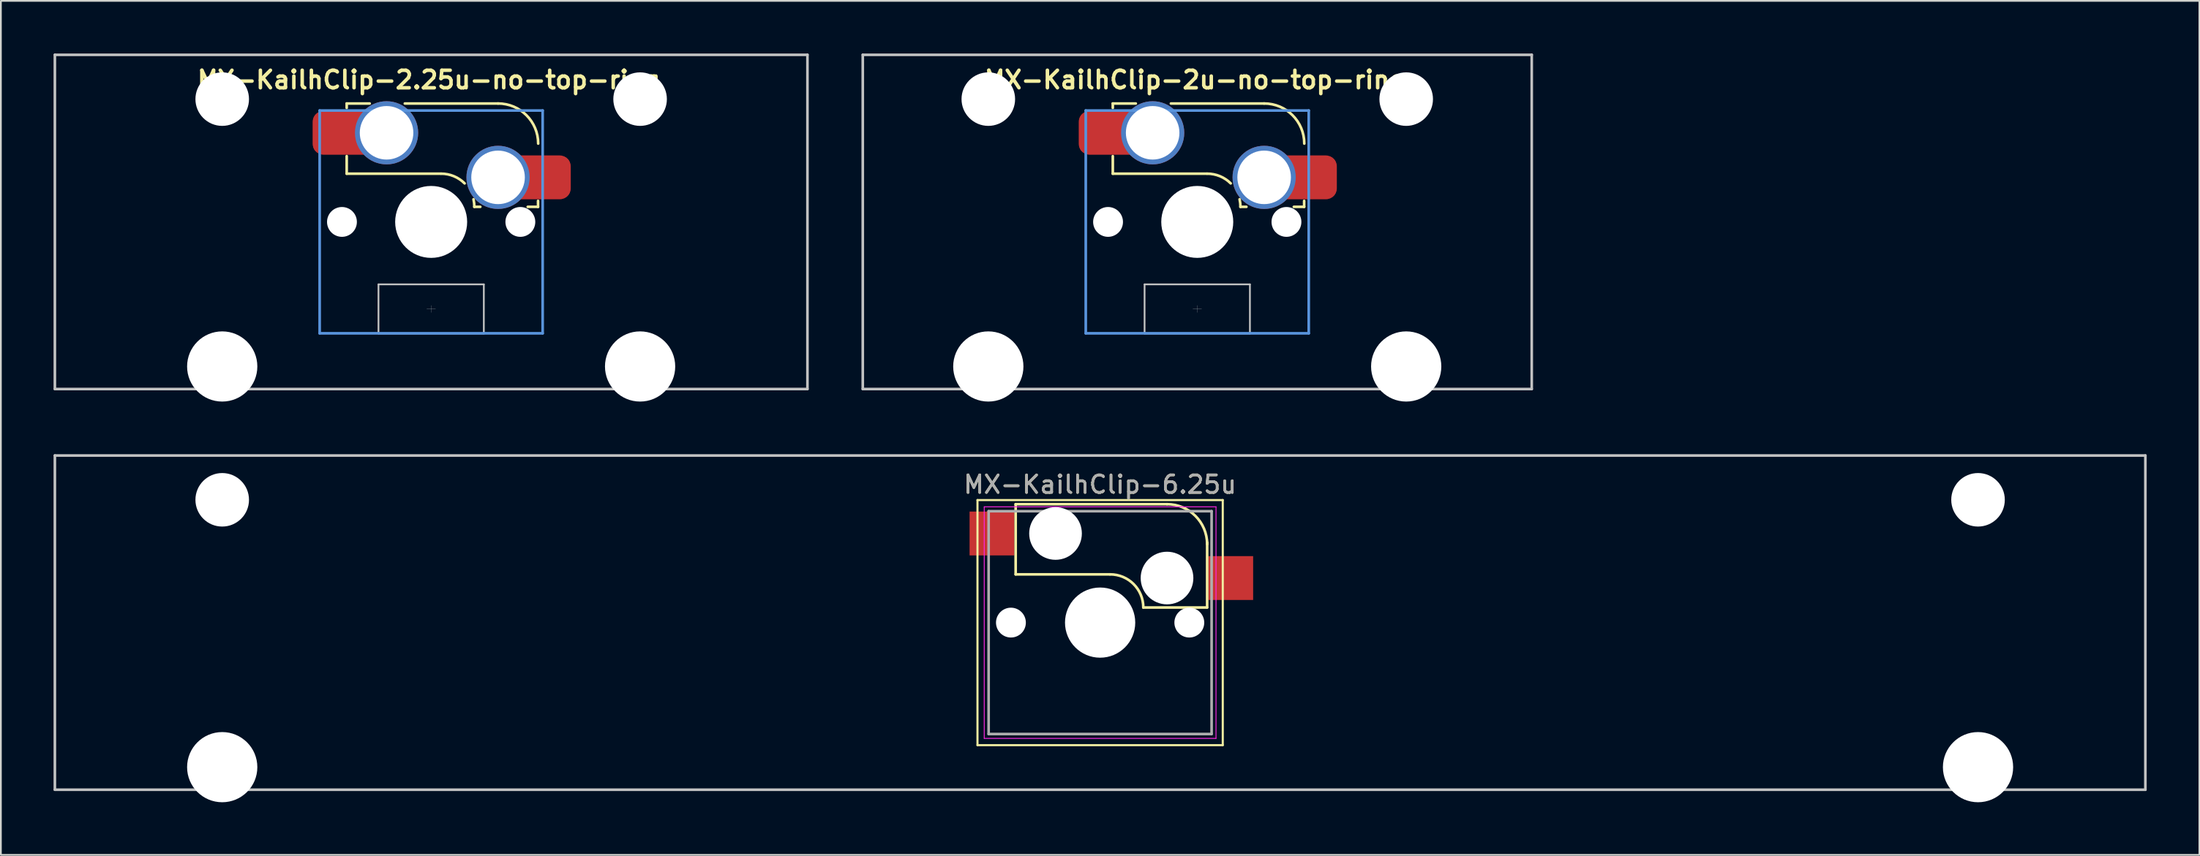
<source format=kicad_pcb>
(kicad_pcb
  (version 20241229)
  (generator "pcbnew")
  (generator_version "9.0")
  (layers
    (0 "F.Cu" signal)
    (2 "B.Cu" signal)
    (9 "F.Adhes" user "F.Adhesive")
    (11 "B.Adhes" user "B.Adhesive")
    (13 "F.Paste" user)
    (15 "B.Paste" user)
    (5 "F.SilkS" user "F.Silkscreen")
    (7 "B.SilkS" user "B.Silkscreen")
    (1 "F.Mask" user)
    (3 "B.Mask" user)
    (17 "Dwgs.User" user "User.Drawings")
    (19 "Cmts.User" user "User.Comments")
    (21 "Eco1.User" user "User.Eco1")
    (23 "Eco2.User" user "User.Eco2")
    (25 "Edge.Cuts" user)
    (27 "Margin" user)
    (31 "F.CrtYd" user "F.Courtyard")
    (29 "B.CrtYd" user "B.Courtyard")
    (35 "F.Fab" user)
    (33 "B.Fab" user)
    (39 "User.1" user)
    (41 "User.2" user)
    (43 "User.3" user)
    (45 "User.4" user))
  (footprint "MX-KailhClip-2.25u-no-top-ring"
    (layer "F.Cu")
    (at 21.506 9.6)
    (property "Reference" "MX-KailhClip-2.25u-no-top-ring" (at -0.13 -8.1 0) (layer "F.SilkS") (effects (font (size 1 1) (thickness 0.2))))
    (attr smd)
    (fp_line (start -4.81 -6.75) (end -4.81 -6.5) (stroke (width 0.15) (type solid)) (layer "F.SilkS"))
    (fp_line (start -4.81 -6.75) (end -3.5 -6.75) (stroke (width 0.15) (type solid)) (layer "F.SilkS"))
    (fp_line (start -4.81 -3.75) (end -4.81 -2.75) (stroke (width 0.15) (type solid)) (layer "F.SilkS"))
    (fp_line (start -4.81 -2.75) (end 0.55 -2.75) (stroke (width 0.15) (type solid)) (layer "F.SilkS"))
    (fp_line (start -1.5 -6.75) (end 3.81 -6.75) (stroke (width 0.15) (type solid)) (layer "F.SilkS"))
    (fp_line (start 2.8 -0.86) (end 2.46 -0.86) (stroke (width 0.15) (type solid)) (layer "F.SilkS"))
    (fp_line (start 6.088 -1.2) (end 6.088 -0.86) (stroke (width 0.15) (type solid)) (layer "F.SilkS"))
    (fp_line (start 6.088 -0.86) (end 5.5 -0.86) (stroke (width 0.15) (type solid)) (layer "F.SilkS"))
    (fp_arc (start 0.57 -2.75) (mid 1.293272 -2.606132) (end 1.906432 -2.196432) (stroke (width 0.15) (type solid)) (layer "F.SilkS"))
    (fp_arc (start 2.412003 -1.288719) (mid 2.447963 -1.075699) (end 2.46 -0.86) (stroke (width 0.15) (type solid)) (layer "F.SilkS"))
    (fp_arc (start 3.81 -6.751) (mid 5.426446 -6.081446) (end 6.096 -4.465) (stroke (width 0.15) (type solid)) (layer "F.SilkS"))
    (fp_line (start -21.431 -9.525) (end 21.431 -9.525) (stroke (width 0.15) (type solid)) (layer "Dwgs.User"))
    (fp_line (start -21.431 9.525) (end -21.431 -9.525) (stroke (width 0.15) (type solid)) (layer "Dwgs.User"))
    (fp_line (start -9.55 0) (end -9.5 -0.1) (stroke (width 0.001) (type solid)) (layer "Dwgs.User"))
    (fp_line (start -9.55 0) (end -9.5 0.1) (stroke (width 0.001) (type solid)) (layer "Dwgs.User"))
    (fp_line (start -9.5 -9.5) (end 9.5 -9.5) (stroke (width 0.001) (type solid)) (layer "Dwgs.User"))
    (fp_line (start -9.5 0) (end -9.55 0) (stroke (width 0.001) (type solid)) (layer "Dwgs.User"))
    (fp_line (start -9.5 9.5) (end -9.5 -9.5) (stroke (width 0.001) (type solid)) (layer "Dwgs.User"))
    (fp_line (start -3 3.56) (end -3 6.36) (stroke (width 0.1) (type solid)) (layer "Dwgs.User"))
    (fp_line (start -3 3.56) (end 3 3.56) (stroke (width 0.1) (type solid)) (layer "Dwgs.User"))
    (fp_line (start -0.25 4.96) (end 0.25 4.96) (stroke (width 0.01) (type solid)) (layer "Dwgs.User"))
    (fp_line (start 0 -9.55) (end -0.1 -9.5) (stroke (width 0.001) (type solid)) (layer "Dwgs.User"))
    (fp_line (start 0 -9.55) (end 0.1 -9.5) (stroke (width 0.001) (type solid)) (layer "Dwgs.User"))
    (fp_line (start 0 -9.5) (end 0 -9.55) (stroke (width 0.001) (type solid)) (layer "Dwgs.User"))
    (fp_line (start 0 5.16) (end 0 4.76) (stroke (width 0.01) (type solid)) (layer "Dwgs.User"))
    (fp_line (start 0 9.5) (end 0 9.55) (stroke (width 0.001) (type solid)) (layer "Dwgs.User"))
    (fp_line (start 0 9.55) (end -0.1 9.5) (stroke (width 0.001) (type solid)) (layer "Dwgs.User"))
    (fp_line (start 0 9.55) (end 0.1 9.5) (stroke (width 0.001) (type solid)) (layer "Dwgs.User"))
    (fp_line (start 3 3.56) (end 3 6.36) (stroke (width 0.1) (type solid)) (layer "Dwgs.User"))
    (fp_line (start 3 6.36) (end -3 6.36) (stroke (width 0.1) (type solid)) (layer "Dwgs.User"))
    (fp_line (start 9.5 -9.5) (end 9.5 9.5) (stroke (width 0.001) (type solid)) (layer "Dwgs.User"))
    (fp_line (start 9.5 0) (end 9.55 0) (stroke (width 0.001) (type solid)) (layer "Dwgs.User"))
    (fp_line (start 9.5 9.5) (end -9.5 9.5) (stroke (width 0.001) (type solid)) (layer "Dwgs.User"))
    (fp_line (start 9.55 0) (end 9.5 -0.1) (stroke (width 0.001) (type solid)) (layer "Dwgs.User"))
    (fp_line (start 9.55 0) (end 9.5 0.1) (stroke (width 0.001) (type solid)) (layer "Dwgs.User"))
    (fp_line (start 21.431 -9.525) (end 21.431 9.525) (stroke (width 0.15) (type solid)) (layer "Dwgs.User"))
    (fp_line (start 21.431 9.525) (end -21.431 9.525) (stroke (width 0.15) (type solid)) (layer "Dwgs.User"))
    (fp_line (start -6.35 -6.35) (end 6.35 -6.35) (stroke (width 0.152) (type solid)) (layer "Cmts.User"))
    (fp_line (start -6.35 6.35) (end -6.35 -6.35) (stroke (width 0.152) (type solid)) (layer "Cmts.User"))
    (fp_line (start 0 1) (end 0 -1) (stroke (width 0.001) (type solid)) (layer "Cmts.User"))
    (fp_line (start 1 0) (end -1 0) (stroke (width 0.001) (type solid)) (layer "Cmts.User"))
    (fp_line (start 6.35 -6.35) (end 6.35 6.35) (stroke (width 0.152) (type solid)) (layer "Cmts.User"))
    (fp_line (start 6.35 6.35) (end -6.35 6.35) (stroke (width 0.152) (type solid)) (layer "Cmts.User"))
    (fp_line (start -7.8 -6.985) (end 7.8 -6.985) (stroke (width 0.152) (type solid)) (layer "Eco1.User"))
    (fp_line (start -7.8 6.985) (end -7.8 -6.985) (stroke (width 0.152) (type solid)) (layer "Eco1.User"))
    (fp_line (start 7.8 -6.985) (end 7.8 6.985) (stroke (width 0.152) (type solid)) (layer "Eco1.User"))
    (fp_line (start 7.8 6.985) (end -7.8 6.985) (stroke (width 0.152) (type solid)) (layer "Eco1.User"))
    (fp_line (start -7 -7) (end 7 -7) (stroke (width 0.01) (type solid)) (layer "Eco2.User"))
    (fp_line (start -7 7) (end -7 -7) (stroke (width 0.01) (type solid)) (layer "Eco2.User"))
    (fp_line (start 7 -7) (end 7 7) (stroke (width 0.01) (type solid)) (layer "Eco2.User"))
    (fp_line (start 7 7) (end -7 7) (stroke (width 0.01) (type solid)) (layer "Eco2.User"))
    (pad "" np_thru_hole circle (at -11.9 -7) (size 3.05 3.05) (drill 3.05) (layers "*.Cu" "*.Mask"))
    (pad "" np_thru_hole circle (at -11.9 8.24) (size 4 4) (drill 4) (layers "*.Cu" "*.Mask"))
    (pad "" np_thru_hole circle (at -5.08 0) (size 1.7 1.7) (drill 1.7) (layers "*.Cu" "*.Mask"))
    (pad "" np_thru_hole circle (at 0 0) (size 4.1 4.1) (drill 4.1) (layers "*.Cu" "*.Mask"))
    (pad "" np_thru_hole circle (at 5.08 0) (size 1.7 1.7) (drill 1.7) (layers "*.Cu" "*.Mask"))
    (pad "" np_thru_hole circle (at 11.9 -7) (size 3.05 3.05) (drill 3.05) (layers "*.Cu" "*.Mask"))
    (pad "" np_thru_hole circle (at 11.9 8.24) (size 4 4) (drill 4) (layers "*.Cu" "*.Mask"))
    (pad "1" smd roundrect (at -5.7 -5.075) (size 2.05 2.4) (layers "F.Cu" "F.Mask" "F.Paste") (roundrect_rratio 0.25))
    (pad "1" smd roundrect (at -5 -5.08) (size 3.5 2.5) (layers "F.Cu") (roundrect_rratio 0.25))
    (pad "1" thru_hole circle (at -2.54 -5.08) (size 3.6 3.6) (drill 3.05) (layers "*.Cu" "F.Mask"))
    (pad "2" thru_hole circle (at 3.81 -2.54) (size 3.6 3.6) (drill 3.05) (layers "*.Cu" "F.Mask"))
    (pad "2" smd roundrect (at 6.2 -2.54) (size 3.5 2.5) (layers "F.Cu") (roundrect_rratio 0.25))
    (pad "2" smd roundrect (at 6.9 -2.54) (size 2.05 2.4) (layers "F.Cu" "F.Mask" "F.Paste") (roundrect_rratio 0.25)))
  (footprint "MX-KailhClip-6.25u"
    (layer "F.Cu")
    (at 59.606 32.44)
    (property "Reference" "MX-KailhClip-6.25u" (at 0 -7.874 0) (layer "F.SilkS") (effects (font (size 1 1) (thickness 0.15))))
    (attr through_hole)
    (fp_line (start -6.985 -6.985) (end 6.985 -6.985) (stroke (width 0.12) (type solid)) (layer "F.SilkS"))
    (fp_line (start -6.985 6.985) (end -6.985 -6.985) (stroke (width 0.12) (type solid)) (layer "F.SilkS"))
    (fp_line (start -4.81 -6.75) (end -4.81 -2.75) (stroke (width 0.15) (type solid)) (layer "F.SilkS"))
    (fp_line (start -4.81 -6.75) (end 3.81 -6.75) (stroke (width 0.15) (type solid)) (layer "F.SilkS"))
    (fp_line (start -4.81 -2.75) (end 0.55 -2.75) (stroke (width 0.15) (type solid)) (layer "F.SilkS"))
    (fp_line (start 6.088 -0.86) (end 2.46 -0.86) (stroke (width 0.15) (type solid)) (layer "F.SilkS"))
    (fp_line (start 6.096 -4.572) (end 6.096 -0.86) (stroke (width 0.15) (type solid)) (layer "F.SilkS"))
    (fp_line (start 6.985 -6.985) (end 6.985 6.985) (stroke (width 0.12) (type solid)) (layer "F.SilkS"))
    (fp_line (start 6.985 6.985) (end -6.985 6.985) (stroke (width 0.12) (type solid)) (layer "F.SilkS"))
    (fp_arc (start 0.57 -2.75) (mid 1.906432 -2.196432) (end 2.46 -0.86) (stroke (width 0.15) (type solid)) (layer "F.SilkS"))
    (fp_arc (start 3.81 -6.751) (mid 5.426446 -6.081446) (end 6.096 -4.465) (stroke (width 0.15) (type solid)) (layer "F.SilkS"))
    (fp_line (start -59.531 -9.525) (end 59.531 -9.525) (stroke (width 0.15) (type solid)) (layer "Dwgs.User"))
    (fp_line (start -59.531 9.525) (end -59.531 -9.525) (stroke (width 0.15) (type solid)) (layer "Dwgs.User"))
    (fp_line (start 59.531 -9.525) (end 59.531 9.525) (stroke (width 0.15) (type solid)) (layer "Dwgs.User"))
    (fp_line (start 59.531 9.525) (end -59.531 9.525) (stroke (width 0.15) (type solid)) (layer "Dwgs.User"))
    (fp_line (start -6.6 -6.6) (end 6.6 -6.6) (stroke (width 0.05) (type solid)) (layer "F.CrtYd"))
    (fp_line (start -6.6 6.6) (end -6.6 -6.6) (stroke (width 0.05) (type solid)) (layer "F.CrtYd"))
    (fp_line (start 6.6 -6.6) (end 6.6 6.6) (stroke (width 0.05) (type solid)) (layer "F.CrtYd"))
    (fp_line (start 6.6 6.6) (end -6.6 6.6) (stroke (width 0.05) (type solid)) (layer "F.CrtYd"))
    (fp_line (start -6.35 -6.35) (end 6.35 -6.35) (stroke (width 0.15) (type solid)) (layer "F.Fab"))
    (fp_line (start -6.35 6.35) (end -6.35 -6.35) (stroke (width 0.15) (type solid)) (layer "F.Fab"))
    (fp_line (start 6.35 -6.35) (end 6.35 6.35) (stroke (width 0.15) (type solid)) (layer "F.Fab"))
    (fp_line (start 6.35 6.35) (end -6.35 6.35) (stroke (width 0.15) (type solid)) (layer "F.Fab"))
    (fp_text user "${REFERENCE}" (at 0 -7.874 0) (layer "F.Fab") (effects (font (size 1 1) (thickness 0.15))))
    (pad "" np_thru_hole circle (at -50 -7) (size 3.05 3.05) (drill 3.05) (layers "*.Cu" "*.Mask"))
    (pad "" np_thru_hole circle (at -50 8.24) (size 4 4) (drill 4) (layers "*.Cu" "*.Mask"))
    (pad "" np_thru_hole circle (at -5.08 0) (size 1.7 1.7) (drill 1.7) (layers "*.Cu" "*.Mask"))
    (pad "" np_thru_hole circle (at -2.54 -5.08) (size 3 3) (drill 3) (layers "*.Cu" "*.Mask"))
    (pad "" np_thru_hole circle (at 0 0) (size 4 4) (drill 4) (layers "*.Cu" "*.Mask"))
    (pad "" np_thru_hole circle (at 3.81 -2.54) (size 3 3) (drill 3) (layers "*.Cu" "*.Mask"))
    (pad "" np_thru_hole circle (at 5.08 0) (size 1.7 1.7) (drill 1.7) (layers "*.Cu" "*.Mask"))
    (pad "" np_thru_hole circle (at 50 -7) (size 3.05 3.05) (drill 3.05) (layers "*.Cu" "*.Mask"))
    (pad "" np_thru_hole circle (at 50 8.24) (size 4 4) (drill 4) (layers "*.Cu" "*.Mask"))
    (pad "1" smd rect (at -6.16 -5.08) (size 2.55 2.5) (layers "F.Cu" "F.Mask" "F.Paste"))
    (pad "2" smd rect (at 7.44 -2.54) (size 2.55 2.5) (layers "F.Cu" "F.Mask" "F.Paste")))
  (footprint "MX-KailhClip-2u-no-top-ring"
    (layer "F.Cu")
    (at 65.138 9.6)
    (property "Reference" "MX-KailhClip-2u-no-top-ring" (at -0.13 -8.1 0) (layer "F.SilkS") (effects (font (size 1 1) (thickness 0.2))))
    (attr smd)
    (fp_line (start -4.81 -6.75) (end -4.81 -6.5) (stroke (width 0.15) (type solid)) (layer "F.SilkS"))
    (fp_line (start -4.81 -6.75) (end -3.5 -6.75) (stroke (width 0.15) (type solid)) (layer "F.SilkS"))
    (fp_line (start -4.81 -3.75) (end -4.81 -2.75) (stroke (width 0.15) (type solid)) (layer "F.SilkS"))
    (fp_line (start -4.81 -2.75) (end 0.55 -2.75) (stroke (width 0.15) (type solid)) (layer "F.SilkS"))
    (fp_line (start -1.5 -6.75) (end 3.81 -6.75) (stroke (width 0.15) (type solid)) (layer "F.SilkS"))
    (fp_line (start 2.8 -0.86) (end 2.46 -0.86) (stroke (width 0.15) (type solid)) (layer "F.SilkS"))
    (fp_line (start 6.088 -1.2) (end 6.088 -0.86) (stroke (width 0.15) (type solid)) (layer "F.SilkS"))
    (fp_line (start 6.088 -0.86) (end 5.5 -0.86) (stroke (width 0.15) (type solid)) (layer "F.SilkS"))
    (fp_arc (start 0.57 -2.75) (mid 1.293272 -2.606132) (end 1.906432 -2.196432) (stroke (width 0.15) (type solid)) (layer "F.SilkS"))
    (fp_arc (start 2.412003 -1.288719) (mid 2.447963 -1.075699) (end 2.46 -0.86) (stroke (width 0.15) (type solid)) (layer "F.SilkS"))
    (fp_arc (start 3.81 -6.751) (mid 5.426446 -6.081446) (end 6.096 -4.465) (stroke (width 0.15) (type solid)) (layer "F.SilkS"))
    (fp_line (start -19.05 -9.525) (end -19.05 9.525) (stroke (width 0.15) (type solid)) (layer "Dwgs.User"))
    (fp_line (start -19.05 9.525) (end 19.05 9.525) (stroke (width 0.15) (type solid)) (layer "Dwgs.User"))
    (fp_line (start -9.55 0) (end -9.5 -0.1) (stroke (width 0.001) (type solid)) (layer "Dwgs.User"))
    (fp_line (start -9.55 0) (end -9.5 0.1) (stroke (width 0.001) (type solid)) (layer "Dwgs.User"))
    (fp_line (start -9.5 -9.5) (end 9.5 -9.5) (stroke (width 0.001) (type solid)) (layer "Dwgs.User"))
    (fp_line (start -9.5 0) (end -9.55 0) (stroke (width 0.001) (type solid)) (layer "Dwgs.User"))
    (fp_line (start -9.5 9.5) (end -9.5 -9.5) (stroke (width 0.001) (type solid)) (layer "Dwgs.User"))
    (fp_line (start -3 3.56) (end -3 6.36) (stroke (width 0.1) (type solid)) (layer "Dwgs.User"))
    (fp_line (start -3 3.56) (end 3 3.56) (stroke (width 0.1) (type solid)) (layer "Dwgs.User"))
    (fp_line (start -0.25 4.96) (end 0.25 4.96) (stroke (width 0.01) (type solid)) (layer "Dwgs.User"))
    (fp_line (start 0 -9.55) (end -0.1 -9.5) (stroke (width 0.001) (type solid)) (layer "Dwgs.User"))
    (fp_line (start 0 -9.55) (end 0.1 -9.5) (stroke (width 0.001) (type solid)) (layer "Dwgs.User"))
    (fp_line (start 0 -9.5) (end 0 -9.55) (stroke (width 0.001) (type solid)) (layer "Dwgs.User"))
    (fp_line (start 0 5.16) (end 0 4.76) (stroke (width 0.01) (type solid)) (layer "Dwgs.User"))
    (fp_line (start 0 9.5) (end 0 9.55) (stroke (width 0.001) (type solid)) (layer "Dwgs.User"))
    (fp_line (start 0 9.55) (end -0.1 9.5) (stroke (width 0.001) (type solid)) (layer "Dwgs.User"))
    (fp_line (start 0 9.55) (end 0.1 9.5) (stroke (width 0.001) (type solid)) (layer "Dwgs.User"))
    (fp_line (start 3 3.56) (end 3 6.36) (stroke (width 0.1) (type solid)) (layer "Dwgs.User"))
    (fp_line (start 3 6.36) (end -3 6.36) (stroke (width 0.1) (type solid)) (layer "Dwgs.User"))
    (fp_line (start 9.5 -9.5) (end 9.5 9.5) (stroke (width 0.001) (type solid)) (layer "Dwgs.User"))
    (fp_line (start 9.5 0) (end 9.55 0) (stroke (width 0.001) (type solid)) (layer "Dwgs.User"))
    (fp_line (start 9.5 9.5) (end -9.5 9.5) (stroke (width 0.001) (type solid)) (layer "Dwgs.User"))
    (fp_line (start 9.55 0) (end 9.5 -0.1) (stroke (width 0.001) (type solid)) (layer "Dwgs.User"))
    (fp_line (start 9.55 0) (end 9.5 0.1) (stroke (width 0.001) (type solid)) (layer "Dwgs.User"))
    (fp_line (start 19.05 -9.525) (end -19.05 -9.525) (stroke (width 0.15) (type solid)) (layer "Dwgs.User"))
    (fp_line (start 19.05 9.525) (end 19.05 -9.525) (stroke (width 0.15) (type solid)) (layer "Dwgs.User"))
    (fp_line (start -6.35 -6.35) (end 6.35 -6.35) (stroke (width 0.152) (type solid)) (layer "Cmts.User"))
    (fp_line (start -6.35 6.35) (end -6.35 -6.35) (stroke (width 0.152) (type solid)) (layer "Cmts.User"))
    (fp_line (start 0 1) (end 0 -1) (stroke (width 0.001) (type solid)) (layer "Cmts.User"))
    (fp_line (start 1 0) (end -1 0) (stroke (width 0.001) (type solid)) (layer "Cmts.User"))
    (fp_line (start 6.35 -6.35) (end 6.35 6.35) (stroke (width 0.152) (type solid)) (layer "Cmts.User"))
    (fp_line (start 6.35 6.35) (end -6.35 6.35) (stroke (width 0.152) (type solid)) (layer "Cmts.User"))
    (fp_line (start -7.8 -6.985) (end 7.8 -6.985) (stroke (width 0.152) (type solid)) (layer "Eco1.User"))
    (fp_line (start -7.8 6.985) (end -7.8 -6.985) (stroke (width 0.152) (type solid)) (layer "Eco1.User"))
    (fp_line (start 7.8 -6.985) (end 7.8 6.985) (stroke (width 0.152) (type solid)) (layer "Eco1.User"))
    (fp_line (start 7.8 6.985) (end -7.8 6.985) (stroke (width 0.152) (type solid)) (layer "Eco1.User"))
    (fp_line (start -7 -7) (end 7 -7) (stroke (width 0.01) (type solid)) (layer "Eco2.User"))
    (fp_line (start -7 7) (end -7 -7) (stroke (width 0.01) (type solid)) (layer "Eco2.User"))
    (fp_line (start 7 -7) (end 7 7) (stroke (width 0.01) (type solid)) (layer "Eco2.User"))
    (fp_line (start 7 7) (end -7 7) (stroke (width 0.01) (type solid)) (layer "Eco2.User"))
    (pad "" np_thru_hole circle (at -11.9 -7) (size 3.05 3.05) (drill 3.05) (layers "*.Cu" "*.Mask"))
    (pad "" np_thru_hole circle (at -11.9 8.24) (size 4 4) (drill 4) (layers "*.Cu" "*.Mask"))
    (pad "" np_thru_hole circle (at -5.08 0) (size 1.7 1.7) (drill 1.7) (layers "*.Cu" "*.Mask"))
    (pad "" np_thru_hole circle (at 0 0) (size 4.1 4.1) (drill 4.1) (layers "*.Cu" "*.Mask"))
    (pad "" np_thru_hole circle (at 5.08 0) (size 1.7 1.7) (drill 1.7) (layers "*.Cu" "*.Mask"))
    (pad "" np_thru_hole circle (at 11.9 -7) (size 3.05 3.05) (drill 3.05) (layers "*.Cu" "*.Mask"))
    (pad "" np_thru_hole circle (at 11.9 8.24) (size 4 4) (drill 4) (layers "*.Cu" "*.Mask"))
    (pad "1" smd roundrect (at -5.7 -5.075) (size 2.05 2.4) (layers "F.Cu" "F.Mask" "F.Paste") (roundrect_rratio 0.25))
    (pad "1" smd roundrect (at -5 -5.08) (size 3.5 2.5) (layers "F.Cu") (roundrect_rratio 0.25))
    (pad "1" thru_hole circle (at -2.54 -5.08) (size 3.6 3.6) (drill 3.05) (layers "*.Cu" "F.Mask"))
    (pad "2" thru_hole circle (at 3.81 -2.54) (size 3.6 3.6) (drill 3.05) (layers "*.Cu" "F.Mask"))
    (pad "2" smd roundrect (at 6.2 -2.54) (size 3.5 2.5) (layers "F.Cu") (roundrect_rratio 0.25))
    (pad "2" smd roundrect (at 6.9 -2.54) (size 2.05 2.4) (layers "F.Cu" "F.Mask" "F.Paste") (roundrect_rratio 0.25)))
  (gr_rect
    (start -3 -3)
    (end 122.213 45.68)
    (stroke (width 0.1) (type default))
    (fill no)
    (layer "Edge.Cuts")))
</source>
